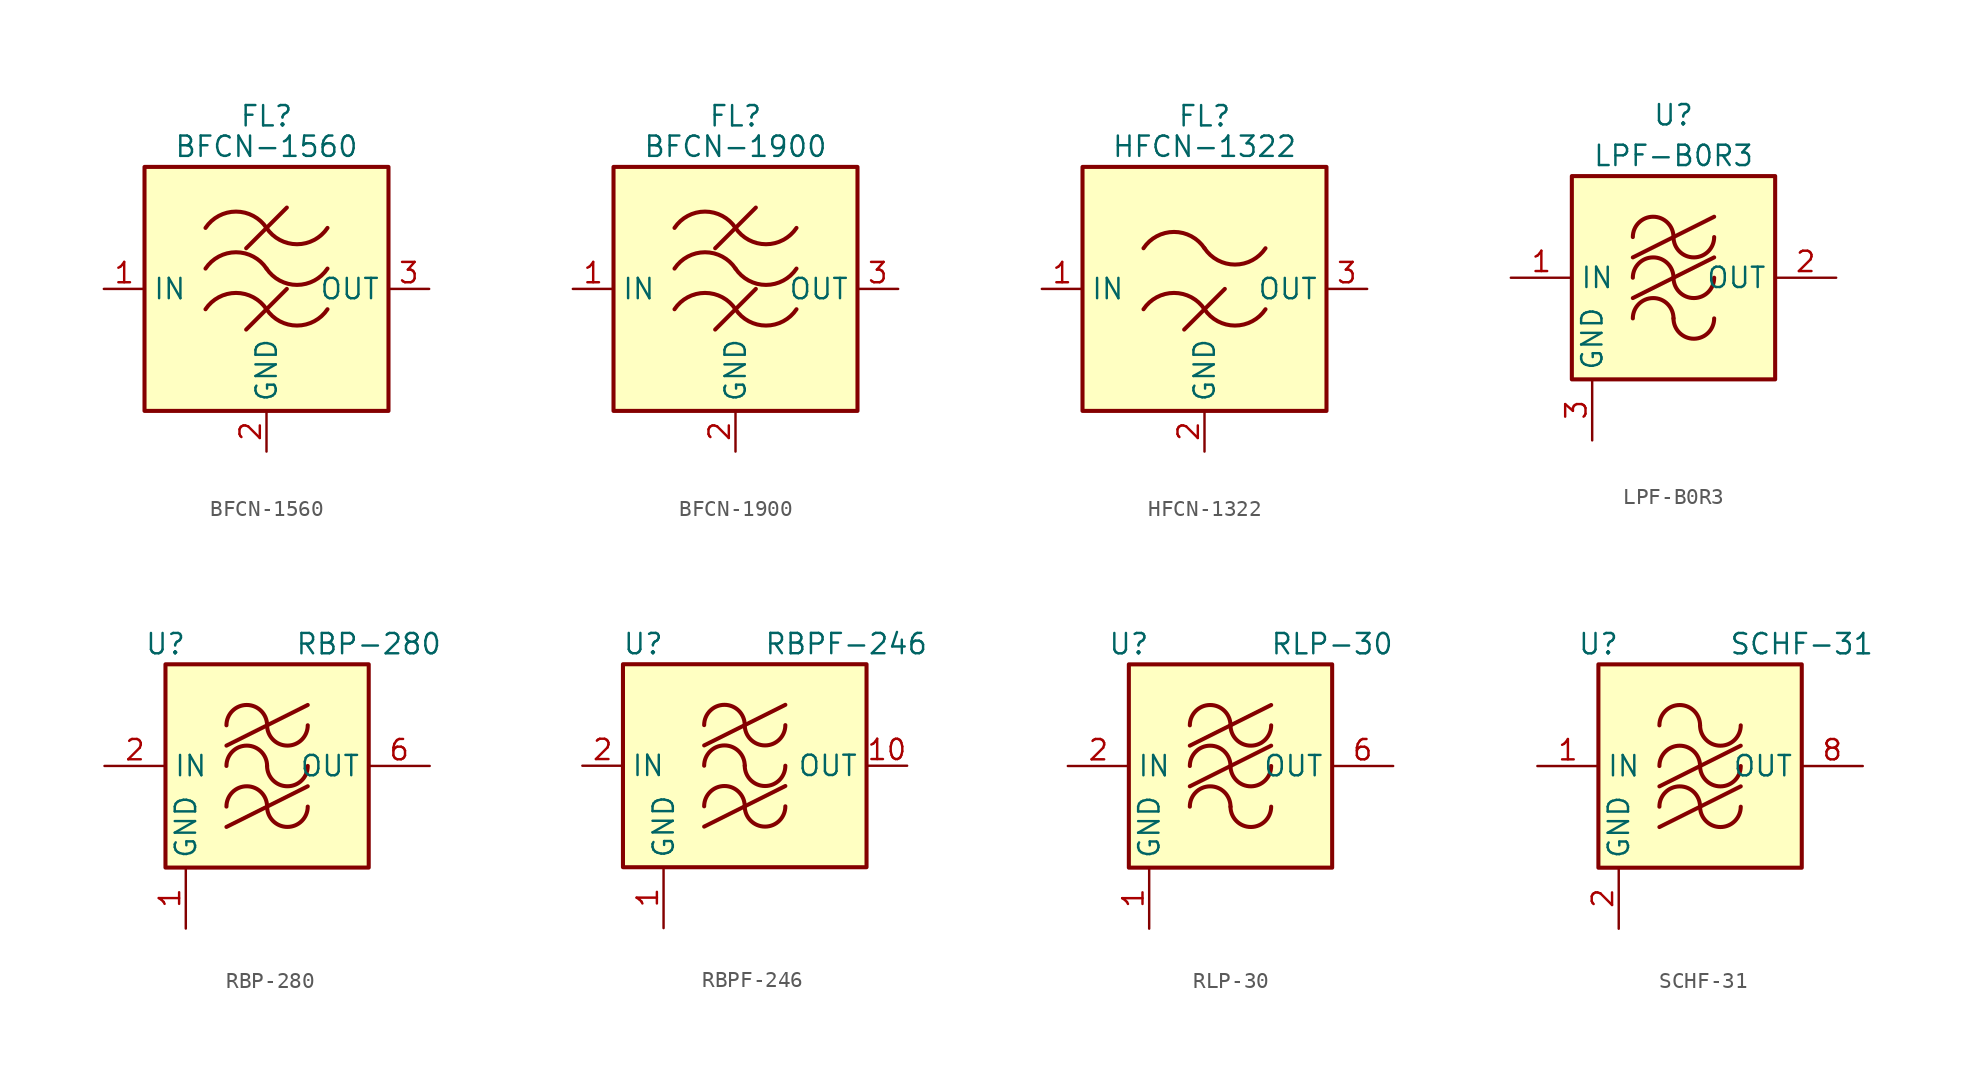
<source format=kicad_sym>
(kicad_symbol_lib
  (version 20201005)
  (generator kicad_symbol_editor)
  (symbol "BFCN-1560"
    (property "Reference" "FL"
      (at 0 10.795 0)
      (effects (font (size 1.27 1.27))))
    (property "Value" "BFCN-1560"
      (at 0 8.89 0)
      (effects (font (size 1.27 1.27))))
    (symbol "BFCN-1560_0_1"
      (arc (start -3.81 -1.27) (end 0 -1.27) (radius (at -1.905 -2.54) (length 2.286) (angles 146.3 33.7)) (stroke (width 0.254)) (fill (type none)))
      (arc (start -3.81 1.27) (end 0 1.27) (radius (at -1.905 0) (length 2.286) (angles 146.3 33.7)) (stroke (width 0.254)) (fill (type none)))
      (arc (start -3.81 3.81) (end 0 3.81) (radius (at -1.905 2.54) (length 2.286) (angles 146.3 33.7)) (stroke (width 0.254)) (fill (type none)))
      (arc (start 0 -1.27) (end 3.81 -1.27) (radius (at 1.905 0) (length 2.286) (angles -146.3 -33.7)) (stroke (width 0.254)) (fill (type none)))
      (arc (start 0 1.27) (end 3.81 1.27) (radius (at 1.905 2.54) (length 2.286) (angles -146.3 -33.7)) (stroke (width 0.254)) (fill (type none)))
      (arc (start 0 3.81) (end 3.81 3.81) (radius (at 1.905 5.08) (length 2.286) (angles -146.3 -33.7)) (stroke (width 0.254)) (fill (type none)))
      (rectangle (start -7.62 7.62) (end 7.62 -7.62) (stroke (width 0.254)) (fill (type background)))
      (polyline (pts (xy -1.27 -2.54) (xy 1.27 0)) (stroke (width 0.254)) (fill (type none)))
      (polyline (pts (xy -1.27 2.54) (xy 1.27 5.08)) (stroke (width 0.254)) (fill (type none))))
    (symbol "BFCN-1560_1_1"
      (pin passive line (at -10.16 0 0) (length 2.54) (name "IN" (effects (font (size 1.27 1.27)))) (number "1" (effects (font (size 1.27 1.27)))))
      (pin passive line (at 0 -10.16 90) (length 2.54) (name "GND" (effects (font (size 1.27 1.27)))) (number "2" (effects (font (size 1.27 1.27)))))
      (pin passive line (at 10.16 0 180) (length 2.54) (name "OUT" (effects (font (size 1.27 1.27)))) (number "3" (effects (font (size 1.27 1.27)))))
      (pin passive line (at 0 -10.16 90) (length 2.54) hide (name "GND" (effects (font (size 1.27 1.27)))) (number "4" (effects (font (size 1.27 1.27)))))
      (pin passive line (at 0 -10.16 90) (length 2.54) hide (name "GND" (effects (font (size 1.27 1.27)))) (number "5" (effects (font (size 1.27 1.27)))))
      (pin passive line (at 0 -10.16 90) (length 2.54) hide (name "GND" (effects (font (size 1.27 1.27)))) (number "6" (effects (font (size 1.27 1.27)))))))
  (symbol "BFCN-1900"
    (property "Reference" "FL"
      (at 0 10.795 0)
      (effects (font (size 1.27 1.27))))
    (property "Value" "BFCN-1900"
      (at 0 8.89 0)
      (effects (font (size 1.27 1.27))))
    (symbol "BFCN-1900_0_1"
      (arc (start -3.81 -1.27) (end 0 -1.27) (radius (at -1.905 -2.54) (length 2.286) (angles 146.3 33.7)) (stroke (width 0.254)) (fill (type none)))
      (arc (start -3.81 1.27) (end 0 1.27) (radius (at -1.905 0) (length 2.286) (angles 146.3 33.7)) (stroke (width 0.254)) (fill (type none)))
      (arc (start -3.81 3.81) (end 0 3.81) (radius (at -1.905 2.54) (length 2.286) (angles 146.3 33.7)) (stroke (width 0.254)) (fill (type none)))
      (arc (start 0 -1.27) (end 3.81 -1.27) (radius (at 1.905 0) (length 2.286) (angles -146.3 -33.7)) (stroke (width 0.254)) (fill (type none)))
      (arc (start 0 1.27) (end 3.81 1.27) (radius (at 1.905 2.54) (length 2.286) (angles -146.3 -33.7)) (stroke (width 0.254)) (fill (type none)))
      (arc (start 0 3.81) (end 3.81 3.81) (radius (at 1.905 5.08) (length 2.286) (angles -146.3 -33.7)) (stroke (width 0.254)) (fill (type none)))
      (rectangle (start -7.62 7.62) (end 7.62 -7.62) (stroke (width 0.254)) (fill (type background)))
      (polyline (pts (xy -1.27 -2.54) (xy 1.27 0)) (stroke (width 0.254)) (fill (type none)))
      (polyline (pts (xy -1.27 2.54) (xy 1.27 5.08)) (stroke (width 0.254)) (fill (type none))))
    (symbol "BFCN-1900_1_1"
      (pin passive line (at -10.16 0 0) (length 2.54) (name "IN" (effects (font (size 1.27 1.27)))) (number "1" (effects (font (size 1.27 1.27)))))
      (pin passive line (at 0 -10.16 90) (length 2.54) (name "GND" (effects (font (size 1.27 1.27)))) (number "2" (effects (font (size 1.27 1.27)))))
      (pin passive line (at 10.16 0 180) (length 2.54) (name "OUT" (effects (font (size 1.27 1.27)))) (number "3" (effects (font (size 1.27 1.27)))))
      (pin passive line (at 0 -10.16 90) (length 2.54) hide (name "GND" (effects (font (size 1.27 1.27)))) (number "4" (effects (font (size 1.27 1.27)))))))
  (symbol "HFCN-1322"
    (property "Reference" "FL"
      (at 0 10.795 0)
      (effects (font (size 1.27 1.27))))
    (property "Value" "HFCN-1322"
      (at 0 8.89 0)
      (effects (font (size 1.27 1.27))))
    (symbol "HFCN-1322_0_1"
      (arc (start -3.81 -1.27) (end 0 -1.27) (radius (at -1.905 -2.54) (length 2.286) (angles 146.3 33.7)) (stroke (width 0.254)) (fill (type none)))
      (arc (start -3.81 2.54) (end 0 2.54) (radius (at -1.905 1.27) (length 2.286) (angles 146.3 33.7)) (stroke (width 0.254)) (fill (type none)))
      (arc (start 0 -1.27) (end 3.81 -1.27) (radius (at 1.905 0) (length 2.286) (angles -146.3 -33.7)) (stroke (width 0.254)) (fill (type none)))
      (arc (start 0 2.54) (end 3.81 2.54) (radius (at 1.905 3.81) (length 2.286) (angles -146.3 -33.7)) (stroke (width 0.254)) (fill (type none)))
      (rectangle (start -7.62 7.62) (end 7.62 -7.62) (stroke (width 0.254)) (fill (type background)))
      (polyline (pts (xy -1.27 -2.54) (xy 1.27 0)) (stroke (width 0.254)) (fill (type none))))
    (symbol "HFCN-1322_1_1"
      (pin passive line (at -10.16 0 0) (length 2.54) (name "IN" (effects (font (size 1.27 1.27)))) (number "1" (effects (font (size 1.27 1.27)))))
      (pin passive line (at 0 -10.16 90) (length 2.54) (name "GND" (effects (font (size 1.27 1.27)))) (number "2" (effects (font (size 1.27 1.27)))))
      (pin passive line (at 10.16 0 180) (length 2.54) (name "OUT" (effects (font (size 1.27 1.27)))) (number "3" (effects (font (size 1.27 1.27)))))
      (pin passive line (at 0 -10.16 90) (length 2.54) hide (name "GND" (effects (font (size 1.27 1.27)))) (number "4" (effects (font (size 1.27 1.27)))))))
  (symbol "LPF-B0R3"
    (property "Reference" "U"
      (at 0 10.16 0)
      (effects (font (size 1.27 1.27))))
    (property "Value" "LPF-B0R3"
      (at 0 7.62 0)
      (effects (font (size 1.27 1.27))))
    (symbol "LPF-B0R3_0_1"
      (arc (start 0 -2.54) (end -2.54 -2.54) (radius (at -1.27 -2.54) (length 1.27) (angles 0.1 179.9)) (stroke (width 0.254)) (fill (type none)))
      (arc (start 0 0) (end -2.54 0) (radius (at -1.27 0) (length 1.27) (angles 0.1 179.9)) (stroke (width 0.254)) (fill (type none)))
      (arc (start 0 2.54) (end -2.54 2.54) (radius (at -1.27 2.54) (length 1.27) (angles 0.1 179.9)) (stroke (width 0.254)) (fill (type none)))
      (arc (start 0 -2.54) (end 2.54 -2.54) (radius (at 1.27 -2.54) (length 1.27) (angles -179.9 -0.1)) (stroke (width 0.254)) (fill (type none)))
      (arc (start 0 0) (end 2.54 0) (radius (at 1.27 0) (length 1.27) (angles -179.9 -0.1)) (stroke (width 0.254)) (fill (type none)))
      (arc (start 0 2.54) (end 2.54 2.54) (radius (at 1.27 2.54) (length 1.27) (angles -179.9 -0.1)) (stroke (width 0.254)) (fill (type none)))
      (rectangle (start -6.35 6.35) (end 6.35 -6.35) (stroke (width 0.254)) (fill (type background)))
      (polyline (pts (xy -2.54 -1.27) (xy 2.54 1.27)) (stroke (width 0.254)) (fill (type none)))
      (polyline (pts (xy -2.54 1.27) (xy 2.54 3.81)) (stroke (width 0.254)) (fill (type none))))
    (symbol "LPF-B0R3_1_1"
      (pin input line (at -10.16 0 0) (length 3.81) (name "IN" (effects (font (size 1.27 1.27)))) (number "1" (effects (font (size 1.27 1.27)))))
      (pin output line (at 10.16 0 180) (length 3.81) (name "OUT" (effects (font (size 1.27 1.27)))) (number "2" (effects (font (size 1.27 1.27)))))
      (pin power_in line (at -5.08 -10.16 90) (length 3.81) (name "GND" (effects (font (size 1.27 1.27)))) (number "3" (effects (font (size 1.27 1.27)))))
      (pin passive line (at -5.08 -10.16 90) (length 3.81) hide (name "GND" (effects (font (size 1.27 1.27)))) (number "4" (effects (font (size 1.27 1.27)))))
      (pin passive line (at -5.08 -10.16 90) (length 3.81) hide (name "GND" (effects (font (size 1.27 1.27)))) (number "5" (effects (font (size 1.27 1.27)))))
      (pin passive line (at -5.08 -10.16 90) (length 3.81) hide (name "GND" (effects (font (size 1.27 1.27)))) (number "6" (effects (font (size 1.27 1.27)))))))
  (symbol "RBP-280"
    (property "Reference" "U"
      (at -6.35 7.62 0)
      (effects (font (size 1.27 1.27))))
    (property "Value" "RBP-280"
      (at 6.35 7.62 0)
      (effects (font (size 1.27 1.27))))
    (symbol "RBP-280_0_1"
      (arc (start 0 -2.54) (end -2.54 -2.54) (radius (at -1.27 -2.54) (length 1.27) (angles 0.1 179.9)) (stroke (width 0.254)) (fill (type none)))
      (arc (start 0 0) (end -2.54 0) (radius (at -1.27 0) (length 1.27) (angles 0.1 179.9)) (stroke (width 0.254)) (fill (type none)))
      (arc (start 0 2.54) (end -2.54 2.54) (radius (at -1.27 2.54) (length 1.27) (angles 0.1 179.9)) (stroke (width 0.254)) (fill (type none)))
      (arc (start 0 -2.54) (end 2.54 -2.54) (radius (at 1.27 -2.54) (length 1.27) (angles -179.9 -0.1)) (stroke (width 0.254)) (fill (type none)))
      (arc (start 0 0) (end 2.54 0) (radius (at 1.27 0) (length 1.27) (angles -179.9 -0.1)) (stroke (width 0.254)) (fill (type none)))
      (arc (start 0 2.54) (end 2.54 2.54) (radius (at 1.27 2.54) (length 1.27) (angles -179.9 -0.1)) (stroke (width 0.254)) (fill (type none)))
      (rectangle (start -6.35 6.35) (end 6.35 -6.35) (stroke (width 0.254)) (fill (type background)))
      (polyline (pts (xy -2.54 -3.81) (xy 2.54 -1.27)) (stroke (width 0.254)) (fill (type none)))
      (polyline (pts (xy -2.54 1.27) (xy 2.54 3.81)) (stroke (width 0.254)) (fill (type none))))
    (symbol "RBP-280_1_1"
      (pin power_in line (at -5.08 -10.16 90) (length 3.81) (name "GND" (effects (font (size 1.27 1.27)))) (number "1" (effects (font (size 1.27 1.27)))))
      (pin input line (at -10.16 0 0) (length 3.81) (name "IN" (effects (font (size 1.27 1.27)))) (number "2" (effects (font (size 1.27 1.27)))))
      (pin passive line (at -5.08 -10.16 90) (length 3.81) hide (name "GND" (effects (font (size 1.27 1.27)))) (number "3" (effects (font (size 1.27 1.27)))))
      (pin passive line (at -5.08 -10.16 90) (length 3.81) hide (name "GND" (effects (font (size 1.27 1.27)))) (number "4" (effects (font (size 1.27 1.27)))))
      (pin passive line (at -5.08 -10.16 90) (length 3.81) hide (name "GND" (effects (font (size 1.27 1.27)))) (number "5" (effects (font (size 1.27 1.27)))))
      (pin output line (at 10.16 0 180) (length 3.81) (name "OUT" (effects (font (size 1.27 1.27)))) (number "6" (effects (font (size 1.27 1.27)))))
      (pin passive line (at -5.08 -10.16 90) (length 3.81) hide (name "GND" (effects (font (size 1.27 1.27)))) (number "7" (effects (font (size 1.27 1.27)))))
      (pin passive line (at -5.08 -10.16 90) (length 3.81) hide (name "GND" (effects (font (size 1.27 1.27)))) (number "8" (effects (font (size 1.27 1.27)))))))
  (symbol "RBPF-246"
    (property "Reference" "U"
      (at -6.35 7.62 0)
      (effects (font (size 1.27 1.27))))
    (property "Value" "RBPF-246"
      (at 6.35 7.62 0)
      (effects (font (size 1.27 1.27))))
    (symbol "RBPF-246_0_1"
      (arc (start 0 -2.54) (end -2.54 -2.54) (radius (at -1.27 -2.54) (length 1.27) (angles 0.1 179.9)) (stroke (width 0.254)) (fill (type none)))
      (arc (start 0 0) (end -2.54 0) (radius (at -1.27 0) (length 1.27) (angles 0.1 179.9)) (stroke (width 0.254)) (fill (type none)))
      (arc (start 0 2.54) (end -2.54 2.54) (radius (at -1.27 2.54) (length 1.27) (angles 0.1 179.9)) (stroke (width 0.254)) (fill (type none)))
      (arc (start 0 -2.54) (end 2.54 -2.54) (radius (at 1.27 -2.54) (length 1.27) (angles -179.9 -0.1)) (stroke (width 0.254)) (fill (type none)))
      (arc (start 0 0) (end 2.54 0) (radius (at 1.27 0) (length 1.27) (angles -179.9 -0.1)) (stroke (width 0.254)) (fill (type none)))
      (arc (start 0 2.54) (end 2.54 2.54) (radius (at 1.27 2.54) (length 1.27) (angles -179.9 -0.1)) (stroke (width 0.254)) (fill (type none)))
      (rectangle (start -7.62 6.35) (end 7.62 -6.35) (stroke (width 0.254)) (fill (type background)))
      (polyline (pts (xy -2.54 -3.81) (xy 2.54 -1.27)) (stroke (width 0.254)) (fill (type none)))
      (polyline (pts (xy -2.54 1.27) (xy 2.54 3.81)) (stroke (width 0.254)) (fill (type none))))
    (symbol "RBPF-246_1_1"
      (pin power_in line (at -5.08 -10.16 90) (length 3.81) (name "GND" (effects (font (size 1.27 1.27)))) (number "1" (effects (font (size 1.27 1.27)))))
      (pin output line (at 10.16 0 180) (length 2.54) (name "OUT" (effects (font (size 1.27 1.27)))) (number "10" (effects (font (size 1.27 1.27)))))
      (pin passive line (at -5.08 -10.16 90) (length 3.81) hide (name "GND" (effects (font (size 1.27 1.27)))) (number "11" (effects (font (size 1.27 1.27)))))
      (pin passive line (at -5.08 -10.16 90) (length 3.81) hide (name "GND" (effects (font (size 1.27 1.27)))) (number "12" (effects (font (size 1.27 1.27)))))
      (pin passive line (at -5.08 -10.16 90) (length 3.81) hide (name "GND" (effects (font (size 1.27 1.27)))) (number "13" (effects (font (size 1.27 1.27)))))
      (pin no_connect line (at 7.62 -2.54 180) (length 2.54) hide (name "NC" (effects (font (size 1.27 1.27)))) (number "14" (effects (font (size 1.27 1.27)))))
      (pin passive line (at -5.08 -10.16 90) (length 3.81) hide (name "GND" (effects (font (size 1.27 1.27)))) (number "15" (effects (font (size 1.27 1.27)))))
      (pin passive line (at -5.08 -10.16 90) (length 3.81) hide (name "GND" (effects (font (size 1.27 1.27)))) (number "16" (effects (font (size 1.27 1.27)))))
      (pin input line (at -10.16 0 0) (length 2.54) (name "IN" (effects (font (size 1.27 1.27)))) (number "2" (effects (font (size 1.27 1.27)))))
      (pin passive line (at -5.08 -10.16 90) (length 3.81) hide (name "GND" (effects (font (size 1.27 1.27)))) (number "3" (effects (font (size 1.27 1.27)))))
      (pin passive line (at -5.08 -10.16 90) (length 3.81) hide (name "GND" (effects (font (size 1.27 1.27)))) (number "4" (effects (font (size 1.27 1.27)))))
      (pin passive line (at -5.08 -10.16 90) (length 3.81) hide (name "GND" (effects (font (size 1.27 1.27)))) (number "5" (effects (font (size 1.27 1.27)))))
      (pin passive line (at -5.08 -10.16 90) (length 3.81) hide (name "GND" (effects (font (size 1.27 1.27)))) (number "6" (effects (font (size 1.27 1.27)))))
      (pin passive line (at -5.08 -10.16 90) (length 3.81) hide (name "GND" (effects (font (size 1.27 1.27)))) (number "7" (effects (font (size 1.27 1.27)))))
      (pin passive line (at -5.08 -10.16 90) (length 3.81) hide (name "GND" (effects (font (size 1.27 1.27)))) (number "8" (effects (font (size 1.27 1.27)))))
      (pin passive line (at -5.08 -10.16 90) (length 3.81) hide (name "GND" (effects (font (size 1.27 1.27)))) (number "9" (effects (font (size 1.27 1.27)))))))
  (symbol "RLP-30"
    (property "Reference" "U"
      (at -6.35 7.62 0)
      (effects (font (size 1.27 1.27))))
    (property "Value" "RLP-30"
      (at 6.35 7.62 0)
      (effects (font (size 1.27 1.27))))
    (symbol "RLP-30_0_1"
      (arc (start 0 -2.54) (end -2.54 -2.54) (radius (at -1.27 -2.54) (length 1.27) (angles 0.1 179.9)) (stroke (width 0.254)) (fill (type none)))
      (arc (start 0 0) (end -2.54 0) (radius (at -1.27 0) (length 1.27) (angles 0.1 179.9)) (stroke (width 0.254)) (fill (type none)))
      (arc (start 0 2.54) (end -2.54 2.54) (radius (at -1.27 2.54) (length 1.27) (angles 0.1 179.9)) (stroke (width 0.254)) (fill (type none)))
      (arc (start 0 -2.54) (end 2.54 -2.54) (radius (at 1.27 -2.54) (length 1.27) (angles -179.9 -0.1)) (stroke (width 0.254)) (fill (type none)))
      (arc (start 0 0) (end 2.54 0) (radius (at 1.27 0) (length 1.27) (angles -179.9 -0.1)) (stroke (width 0.254)) (fill (type none)))
      (arc (start 0 2.54) (end 2.54 2.54) (radius (at 1.27 2.54) (length 1.27) (angles -179.9 -0.1)) (stroke (width 0.254)) (fill (type none)))
      (rectangle (start -6.35 6.35) (end 6.35 -6.35) (stroke (width 0.254)) (fill (type background)))
      (polyline (pts (xy -2.54 -1.27) (xy 2.54 1.27)) (stroke (width 0.254)) (fill (type none)))
      (polyline (pts (xy -2.54 1.27) (xy 2.54 3.81)) (stroke (width 0.254)) (fill (type none))))
    (symbol "RLP-30_1_1"
      (pin power_in line (at -5.08 -10.16 90) (length 3.81) (name "GND" (effects (font (size 1.27 1.27)))) (number "1" (effects (font (size 1.27 1.27)))))
      (pin input line (at -10.16 0 0) (length 3.81) (name "IN" (effects (font (size 1.27 1.27)))) (number "2" (effects (font (size 1.27 1.27)))))
      (pin passive line (at -5.08 -10.16 90) (length 3.81) hide (name "GND" (effects (font (size 1.27 1.27)))) (number "3" (effects (font (size 1.27 1.27)))))
      (pin passive line (at -5.08 -10.16 90) (length 3.81) hide (name "GND" (effects (font (size 1.27 1.27)))) (number "4" (effects (font (size 1.27 1.27)))))
      (pin passive line (at -5.08 -10.16 90) (length 3.81) hide (name "GND" (effects (font (size 1.27 1.27)))) (number "5" (effects (font (size 1.27 1.27)))))
      (pin output line (at 10.16 0 180) (length 3.81) (name "OUT" (effects (font (size 1.27 1.27)))) (number "6" (effects (font (size 1.27 1.27)))))
      (pin passive line (at -5.08 -10.16 90) (length 3.81) hide (name "GND" (effects (font (size 1.27 1.27)))) (number "7" (effects (font (size 1.27 1.27)))))
      (pin passive line (at -5.08 -10.16 90) (length 3.81) hide (name "GND" (effects (font (size 1.27 1.27)))) (number "8" (effects (font (size 1.27 1.27)))))))
  (symbol "SCHF-31"
    (property "Reference" "U"
      (at -6.35 7.62 0)
      (effects (font (size 1.27 1.27))))
    (property "Value" "SCHF-31"
      (at 6.35 7.62 0)
      (effects (font (size 1.27 1.27))))
    (symbol "SCHF-31_0_1"
      (arc (start 0 -2.54) (end -2.54 -2.54) (radius (at -1.27 -2.54) (length 1.27) (angles 0.1 179.9)) (stroke (width 0.254)) (fill (type none)))
      (arc (start 0 0) (end -2.54 0) (radius (at -1.27 0) (length 1.27) (angles 0.1 179.9)) (stroke (width 0.254)) (fill (type none)))
      (arc (start 0 2.54) (end -2.54 2.54) (radius (at -1.27 2.54) (length 1.27) (angles 0.1 179.9)) (stroke (width 0.254)) (fill (type none)))
      (arc (start 0 -2.54) (end 2.54 -2.54) (radius (at 1.27 -2.54) (length 1.27) (angles -179.9 -0.1)) (stroke (width 0.254)) (fill (type none)))
      (arc (start 0 0) (end 2.54 0) (radius (at 1.27 0) (length 1.27) (angles -179.9 -0.1)) (stroke (width 0.254)) (fill (type none)))
      (arc (start 0 2.54) (end 2.54 2.54) (radius (at 1.27 2.54) (length 1.27) (angles -179.9 -0.1)) (stroke (width 0.254)) (fill (type none)))
      (rectangle (start -6.35 6.35) (end 6.35 -6.35) (stroke (width 0.254)) (fill (type background)))
      (polyline (pts (xy -2.54 -3.81) (xy 2.54 -1.27)) (stroke (width 0.254)) (fill (type none)))
      (polyline (pts (xy -2.54 -1.27) (xy 2.54 1.27)) (stroke (width 0.254)) (fill (type none))))
    (symbol "SCHF-31_1_1"
      (pin input line (at -10.16 0 0) (length 3.81) (name "IN" (effects (font (size 1.27 1.27)))) (number "1" (effects (font (size 1.27 1.27)))))
      (pin power_in line (at -5.08 -10.16 90) (length 3.81) (name "GND" (effects (font (size 1.27 1.27)))) (number "2" (effects (font (size 1.27 1.27)))))
      (pin passive line (at -5.08 -10.16 90) (length 3.81) hide (name "GND" (effects (font (size 1.27 1.27)))) (number "3" (effects (font (size 1.27 1.27)))))
      (pin passive line (at -5.08 -10.16 90) (length 3.81) hide (name "GND" (effects (font (size 1.27 1.27)))) (number "4" (effects (font (size 1.27 1.27)))))
      (pin passive line (at -5.08 -10.16 90) (length 3.81) hide (name "GND" (effects (font (size 1.27 1.27)))) (number "5" (effects (font (size 1.27 1.27)))))
      (pin passive line (at -5.08 -10.16 90) (length 3.81) hide (name "GND" (effects (font (size 1.27 1.27)))) (number "6" (effects (font (size 1.27 1.27)))))
      (pin passive line (at -5.08 -10.16 90) (length 3.81) hide (name "GND" (effects (font (size 1.27 1.27)))) (number "7" (effects (font (size 1.27 1.27)))))
      (pin output line (at 10.16 0 180) (length 3.81) (name "OUT" (effects (font (size 1.27 1.27)))) (number "8" (effects (font (size 1.27 1.27))))))))
</source>
